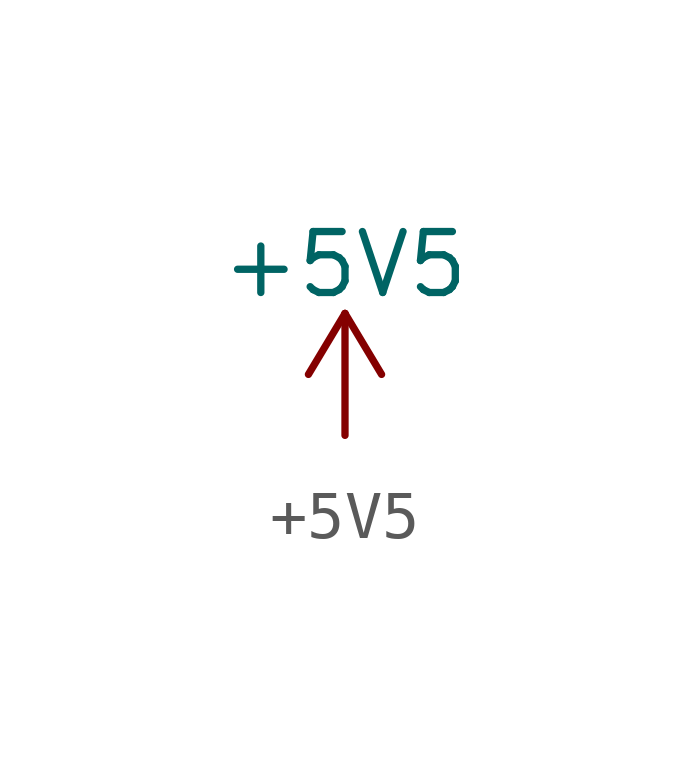
<source format=kicad_sym>
(kicad_symbol_lib
  (version 20211014)
  (generator kicad_symbol_editor)
  (symbol "+5V5"
    (power)
    (pin_names
      (offset 0))
    (property "Reference" "#PWR"
      (at 0 -3.81 0)
      (effects (font (size 1.27 1.27)) hide))
    (property "Value" "+5V5"
      (at 0 3.556 0)
      (effects (font (size 1.27 1.27))))
    (symbol "+5V5_0_1"
      (polyline (pts (xy -0.762 1.27) (xy 0 2.54)) (stroke (width 0) (type default) (color 0 0 0 0)) (fill (type none)))
      (polyline (pts (xy 0 0) (xy 0 2.54)) (stroke (width 0) (type default) (color 0 0 0 0)) (fill (type none)))
      (polyline (pts (xy 0 2.54) (xy 0.762 1.27)) (stroke (width 0) (type default) (color 0 0 0 0)) (fill (type none))))
    (symbol "+5V5_1_1"
      (pin power_in line (at 0 0 90) (length 0) hide (name "+5V5" (effects (font (size 1.27 1.27)))) (number "1" (effects (font (size 1.27 1.27))))))))
</source>
